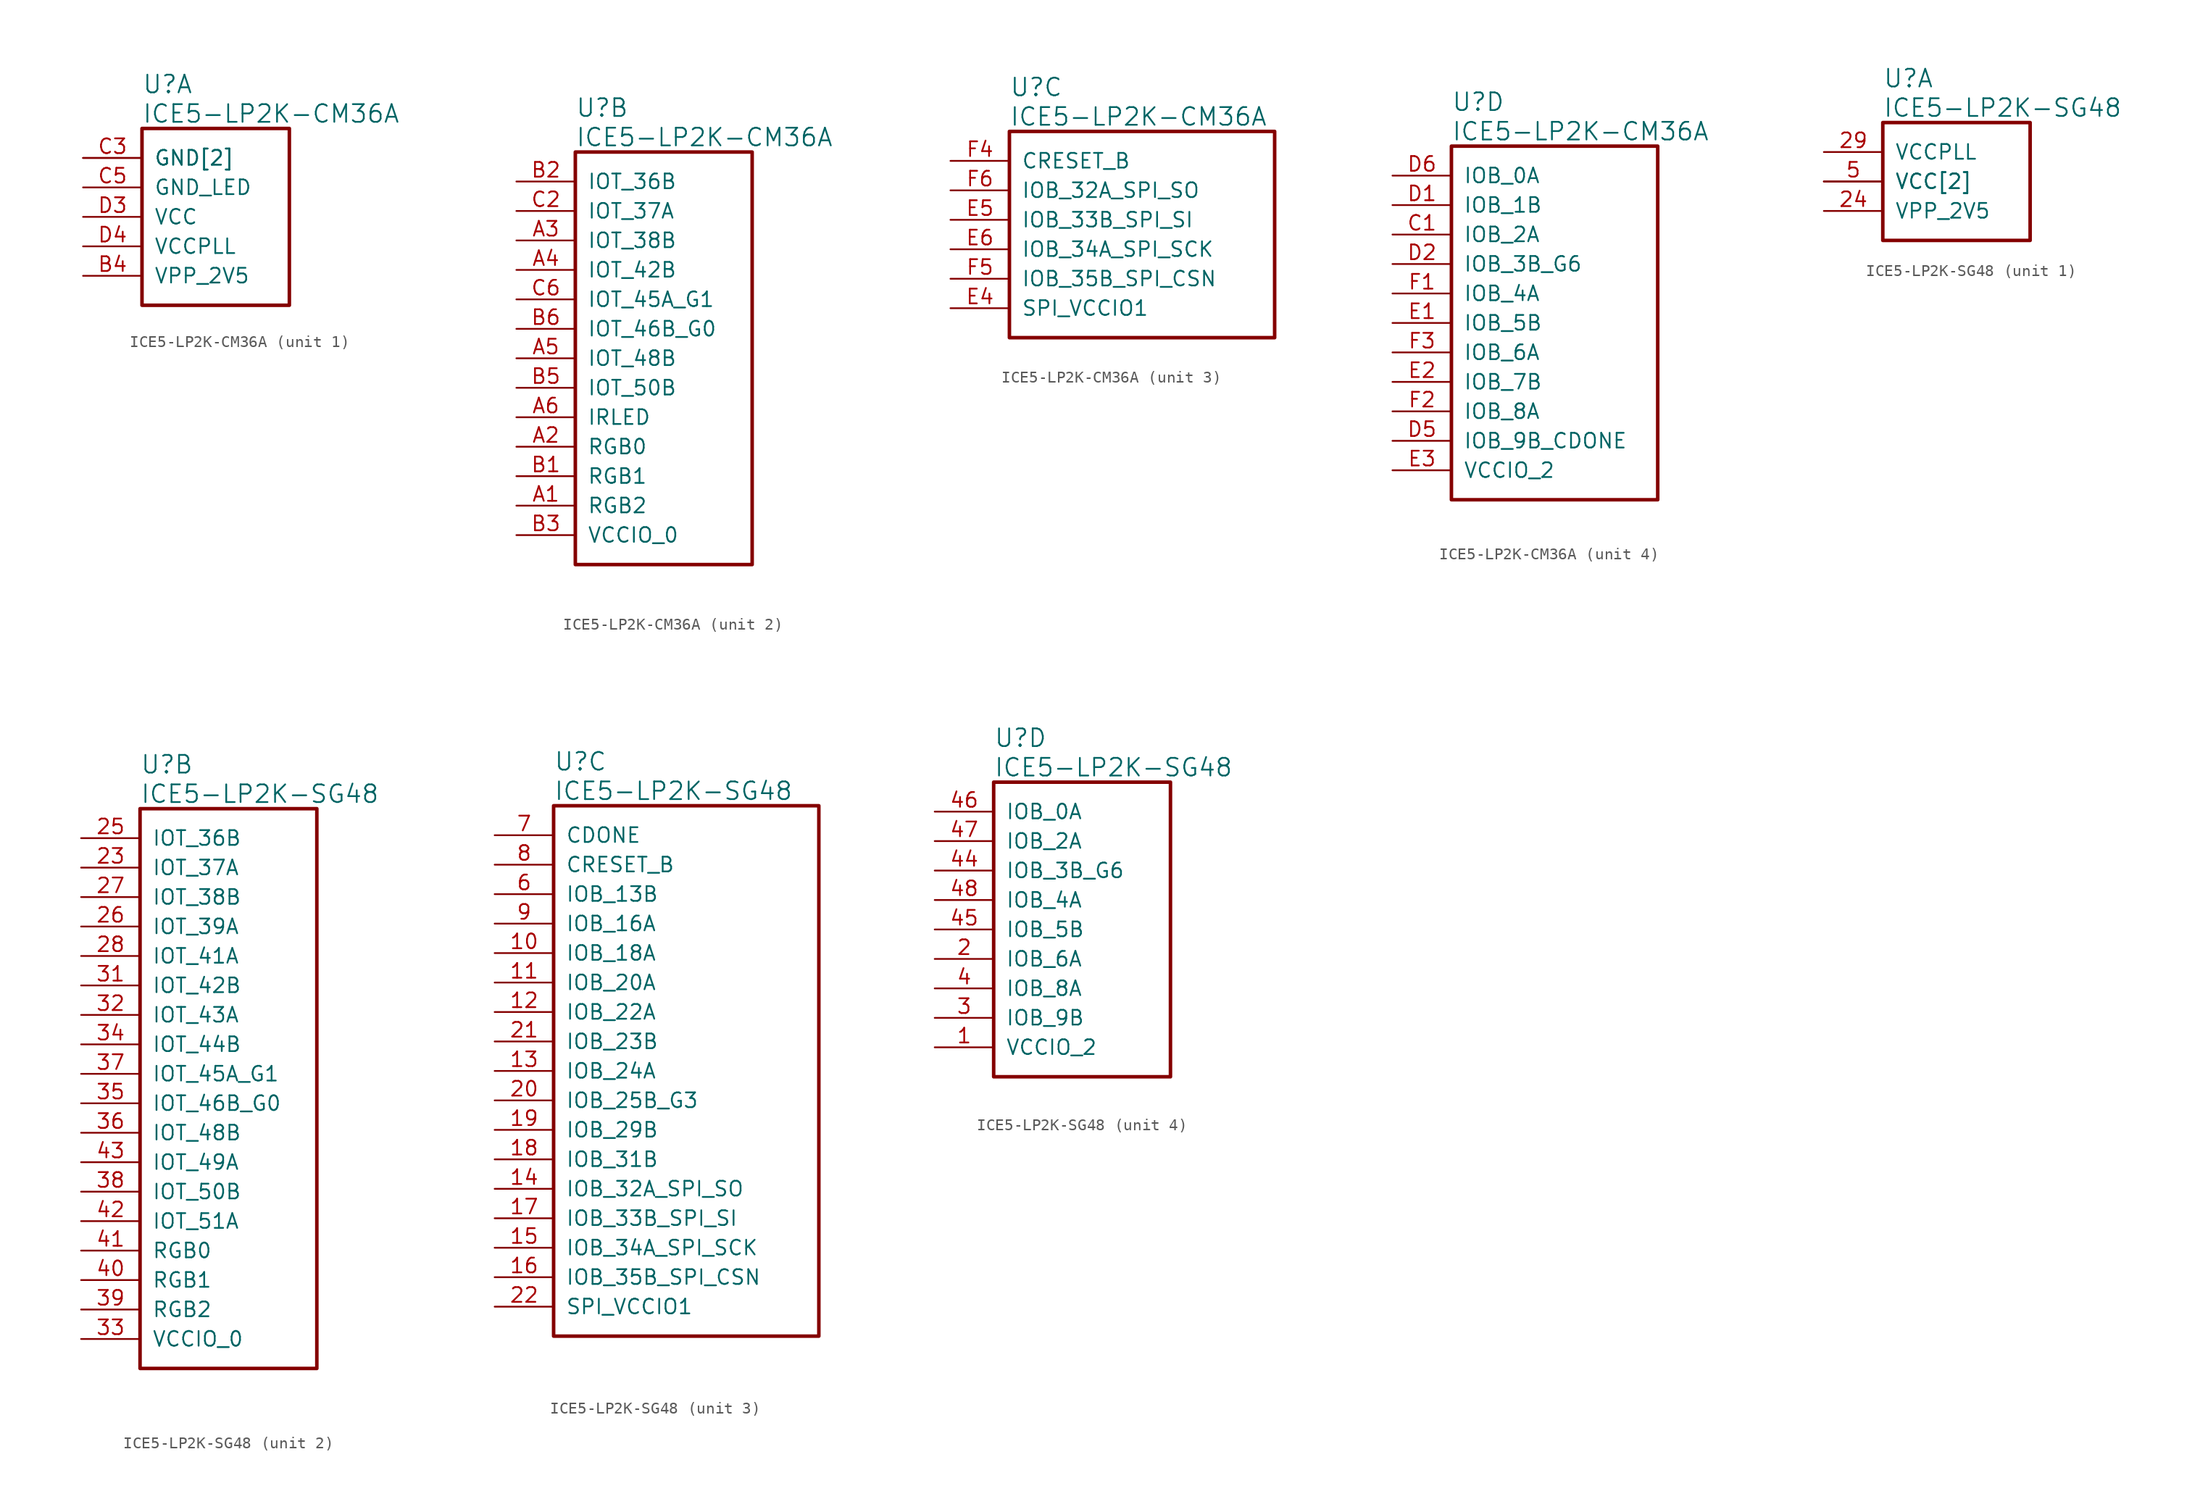
<source format=kicad_sym>
(kicad_symbol_lib
  (version 20241209)
  (generator "kicad_symbol_editor")
  (generator_version "9.0")
  (symbol "ICE5-LP2K-CM36A"
    (pin_names
      (offset 1.016))
    (property "Reference" "U"
      (at 5.08 6.35 0)
      (effects (font (size 1.524 1.524)) (justify left)))
    (property "Value" "ICE5-LP2K-CM36A"
      (at 5.08 3.81 0)
      (effects (font (size 1.524 1.524)) (justify left)))
    (property "ki_locked" ""
      (at 0 0 0)
      (effects (font (size 1.27 1.27))))
    (symbol "ICE5-LP2K-CM36A_1_1"
      (rectangle (start 5.08 2.54) (end 17.78 -12.7) (stroke (width 0.305) (type solid)) (fill (type none)))
      (pin power_in line (at 0 0 0) (length 5.08) (name "GND[2]" (effects (font (size 1.27 1.27)))) (number "C3" (effects (font (size 1.27 1.27)))))
      (pin power_in line (at 0 0 0) (length 5.08) (name "GND[2]" (effects (font (size 1.27 1.27)))) (number "C4" (effects (font (size 0 0)))))
      (pin power_in line (at 0 -2.54 0) (length 5.08) (name "GND_LED" (effects (font (size 1.27 1.27)))) (number "C5" (effects (font (size 1.27 1.27)))))
      (pin power_in line (at 0 -5.08 0) (length 5.08) (name "VCC" (effects (font (size 1.27 1.27)))) (number "D3" (effects (font (size 1.27 1.27)))))
      (pin power_in line (at 0 -7.62 0) (length 5.08) (name "VCCPLL" (effects (font (size 1.27 1.27)))) (number "D4" (effects (font (size 1.27 1.27)))))
      (pin power_in line (at 0 -10.16 0) (length 5.08) (name "VPP_2V5" (effects (font (size 1.27 1.27)))) (number "B4" (effects (font (size 1.27 1.27))))))
    (symbol "ICE5-LP2K-CM36A_2_1"
      (rectangle (start 5.08 2.54) (end 20.32 -33.02) (stroke (width 0.305) (type solid)) (fill (type none)))
      (pin bidirectional line (at 0 0 0) (length 5.08) (name "IOT_36B" (effects (font (size 1.27 1.27)))) (number "B2" (effects (font (size 1.27 1.27)))))
      (pin bidirectional line (at 0 -2.54 0) (length 5.08) (name "IOT_37A" (effects (font (size 1.27 1.27)))) (number "C2" (effects (font (size 1.27 1.27)))))
      (pin bidirectional line (at 0 -5.08 0) (length 5.08) (name "IOT_38B" (effects (font (size 1.27 1.27)))) (number "A3" (effects (font (size 1.27 1.27)))))
      (pin bidirectional line (at 0 -7.62 0) (length 5.08) (name "IOT_42B" (effects (font (size 1.27 1.27)))) (number "A4" (effects (font (size 1.27 1.27)))))
      (pin bidirectional line (at 0 -10.16 0) (length 5.08) (name "IOT_45A_G1" (effects (font (size 1.27 1.27)))) (number "C6" (effects (font (size 1.27 1.27)))))
      (pin bidirectional line (at 0 -12.7 0) (length 5.08) (name "IOT_46B_G0" (effects (font (size 1.27 1.27)))) (number "B6" (effects (font (size 1.27 1.27)))))
      (pin bidirectional line (at 0 -15.24 0) (length 5.08) (name "IOT_48B" (effects (font (size 1.27 1.27)))) (number "A5" (effects (font (size 1.27 1.27)))))
      (pin bidirectional line (at 0 -17.78 0) (length 5.08) (name "IOT_50B" (effects (font (size 1.27 1.27)))) (number "B5" (effects (font (size 1.27 1.27)))))
      (pin bidirectional line (at 0 -20.32 0) (length 5.08) (name "IRLED" (effects (font (size 1.27 1.27)))) (number "A6" (effects (font (size 1.27 1.27)))))
      (pin bidirectional line (at 0 -22.86 0) (length 5.08) (name "RGB0" (effects (font (size 1.27 1.27)))) (number "A2" (effects (font (size 1.27 1.27)))))
      (pin bidirectional line (at 0 -25.4 0) (length 5.08) (name "RGB1" (effects (font (size 1.27 1.27)))) (number "B1" (effects (font (size 1.27 1.27)))))
      (pin bidirectional line (at 0 -27.94 0) (length 5.08) (name "RGB2" (effects (font (size 1.27 1.27)))) (number "A1" (effects (font (size 1.27 1.27)))))
      (pin power_in line (at 0 -30.48 0) (length 5.08) (name "VCCIO_0" (effects (font (size 1.27 1.27)))) (number "B3" (effects (font (size 1.27 1.27))))))
    (symbol "ICE5-LP2K-CM36A_3_1"
      (rectangle (start 5.08 2.54) (end 27.94 -15.24) (stroke (width 0.305) (type solid)) (fill (type none)))
      (pin input line (at 0 0 0) (length 5.08) (name "CRESET_B" (effects (font (size 1.27 1.27)))) (number "F4" (effects (font (size 1.27 1.27)))))
      (pin bidirectional line (at 0 -2.54 0) (length 5.08) (name "IOB_32A_SPI_SO" (effects (font (size 1.27 1.27)))) (number "F6" (effects (font (size 1.27 1.27)))))
      (pin bidirectional line (at 0 -5.08 0) (length 5.08) (name "IOB_33B_SPI_SI" (effects (font (size 1.27 1.27)))) (number "E5" (effects (font (size 1.27 1.27)))))
      (pin bidirectional line (at 0 -7.62 0) (length 5.08) (name "IOB_34A_SPI_SCK" (effects (font (size 1.27 1.27)))) (number "E6" (effects (font (size 1.27 1.27)))))
      (pin bidirectional line (at 0 -10.16 0) (length 5.08) (name "IOB_35B_SPI_CSN" (effects (font (size 1.27 1.27)))) (number "F5" (effects (font (size 1.27 1.27)))))
      (pin power_in line (at 0 -12.7 0) (length 5.08) (name "SPI_VCCIO1" (effects (font (size 1.27 1.27)))) (number "E4" (effects (font (size 1.27 1.27))))))
    (symbol "ICE5-LP2K-CM36A_4_1"
      (rectangle (start 5.08 2.54) (end 22.86 -27.94) (stroke (width 0.305) (type solid)) (fill (type none)))
      (pin bidirectional line (at 0 0 0) (length 5.08) (name "IOB_0A" (effects (font (size 1.27 1.27)))) (number "D6" (effects (font (size 1.27 1.27)))))
      (pin bidirectional line (at 0 -2.54 0) (length 5.08) (name "IOB_1B" (effects (font (size 1.27 1.27)))) (number "D1" (effects (font (size 1.27 1.27)))))
      (pin bidirectional line (at 0 -5.08 0) (length 5.08) (name "IOB_2A" (effects (font (size 1.27 1.27)))) (number "C1" (effects (font (size 1.27 1.27)))))
      (pin bidirectional line (at 0 -7.62 0) (length 5.08) (name "IOB_3B_G6" (effects (font (size 1.27 1.27)))) (number "D2" (effects (font (size 1.27 1.27)))))
      (pin bidirectional line (at 0 -10.16 0) (length 5.08) (name "IOB_4A" (effects (font (size 1.27 1.27)))) (number "F1" (effects (font (size 1.27 1.27)))))
      (pin bidirectional line (at 0 -12.7 0) (length 5.08) (name "IOB_5B" (effects (font (size 1.27 1.27)))) (number "E1" (effects (font (size 1.27 1.27)))))
      (pin bidirectional line (at 0 -15.24 0) (length 5.08) (name "IOB_6A" (effects (font (size 1.27 1.27)))) (number "F3" (effects (font (size 1.27 1.27)))))
      (pin bidirectional line (at 0 -17.78 0) (length 5.08) (name "IOB_7B" (effects (font (size 1.27 1.27)))) (number "E2" (effects (font (size 1.27 1.27)))))
      (pin bidirectional line (at 0 -20.32 0) (length 5.08) (name "IOB_8A" (effects (font (size 1.27 1.27)))) (number "F2" (effects (font (size 1.27 1.27)))))
      (pin bidirectional line (at 0 -22.86 0) (length 5.08) (name "IOB_9B_CDONE" (effects (font (size 1.27 1.27)))) (number "D5" (effects (font (size 1.27 1.27)))))
      (pin power_in line (at 0 -25.4 0) (length 5.08) (name "VCCIO_2" (effects (font (size 1.27 1.27)))) (number "E3" (effects (font (size 1.27 1.27)))))))
  (symbol "ICE5-LP2K-SG48"
    (pin_names
      (offset 1.016))
    (property "Reference" "U"
      (at 5.08 6.35 0)
      (effects (font (size 1.524 1.524)) (justify left)))
    (property "Value" "ICE5-LP2K-SG48"
      (at 5.08 3.81 0)
      (effects (font (size 1.524 1.524)) (justify left)))
    (property "ki_locked" ""
      (at 0 0 0)
      (effects (font (size 1.27 1.27))))
    (symbol "ICE5-LP2K-SG48_1_1"
      (rectangle (start 5.08 2.54) (end 17.78 -7.62) (stroke (width 0.305) (type solid)) (fill (type none)))
      (pin power_in line (at 0 0 0) (length 5.08) (name "VCCPLL" (effects (font (size 1.27 1.27)))) (number "29" (effects (font (size 1.27 1.27)))))
      (pin power_in line (at 0 -2.54 0) (length 5.08) (name "VCC[2]" (effects (font (size 1.27 1.27)))) (number "30" (effects (font (size 0 0)))))
      (pin power_in line (at 0 -2.54 0) (length 5.08) (name "VCC[2]" (effects (font (size 1.27 1.27)))) (number "5" (effects (font (size 1.27 1.27)))))
      (pin power_in line (at 0 -5.08 0) (length 5.08) (name "VPP_2V5" (effects (font (size 1.27 1.27)))) (number "24" (effects (font (size 1.27 1.27))))))
    (symbol "ICE5-LP2K-SG48_2_1"
      (rectangle (start 5.08 2.54) (end 20.32 -45.72) (stroke (width 0.305) (type solid)) (fill (type none)))
      (pin bidirectional line (at 0 0 0) (length 5.08) (name "IOT_36B" (effects (font (size 1.27 1.27)))) (number "25" (effects (font (size 1.27 1.27)))))
      (pin bidirectional line (at 0 -2.54 0) (length 5.08) (name "IOT_37A" (effects (font (size 1.27 1.27)))) (number "23" (effects (font (size 1.27 1.27)))))
      (pin bidirectional line (at 0 -5.08 0) (length 5.08) (name "IOT_38B" (effects (font (size 1.27 1.27)))) (number "27" (effects (font (size 1.27 1.27)))))
      (pin bidirectional line (at 0 -7.62 0) (length 5.08) (name "IOT_39A" (effects (font (size 1.27 1.27)))) (number "26" (effects (font (size 1.27 1.27)))))
      (pin bidirectional line (at 0 -10.16 0) (length 5.08) (name "IOT_41A" (effects (font (size 1.27 1.27)))) (number "28" (effects (font (size 1.27 1.27)))))
      (pin bidirectional line (at 0 -12.7 0) (length 5.08) (name "IOT_42B" (effects (font (size 1.27 1.27)))) (number "31" (effects (font (size 1.27 1.27)))))
      (pin bidirectional line (at 0 -15.24 0) (length 5.08) (name "IOT_43A" (effects (font (size 1.27 1.27)))) (number "32" (effects (font (size 1.27 1.27)))))
      (pin bidirectional line (at 0 -17.78 0) (length 5.08) (name "IOT_44B" (effects (font (size 1.27 1.27)))) (number "34" (effects (font (size 1.27 1.27)))))
      (pin bidirectional line (at 0 -20.32 0) (length 5.08) (name "IOT_45A_G1" (effects (font (size 1.27 1.27)))) (number "37" (effects (font (size 1.27 1.27)))))
      (pin bidirectional line (at 0 -22.86 0) (length 5.08) (name "IOT_46B_G0" (effects (font (size 1.27 1.27)))) (number "35" (effects (font (size 1.27 1.27)))))
      (pin bidirectional line (at 0 -25.4 0) (length 5.08) (name "IOT_48B" (effects (font (size 1.27 1.27)))) (number "36" (effects (font (size 1.27 1.27)))))
      (pin bidirectional line (at 0 -27.94 0) (length 5.08) (name "IOT_49A" (effects (font (size 1.27 1.27)))) (number "43" (effects (font (size 1.27 1.27)))))
      (pin bidirectional line (at 0 -30.48 0) (length 5.08) (name "IOT_50B" (effects (font (size 1.27 1.27)))) (number "38" (effects (font (size 1.27 1.27)))))
      (pin bidirectional line (at 0 -33.02 0) (length 5.08) (name "IOT_51A" (effects (font (size 1.27 1.27)))) (number "42" (effects (font (size 1.27 1.27)))))
      (pin bidirectional line (at 0 -35.56 0) (length 5.08) (name "RGB0" (effects (font (size 1.27 1.27)))) (number "41" (effects (font (size 1.27 1.27)))))
      (pin bidirectional line (at 0 -38.1 0) (length 5.08) (name "RGB1" (effects (font (size 1.27 1.27)))) (number "40" (effects (font (size 1.27 1.27)))))
      (pin bidirectional line (at 0 -40.64 0) (length 5.08) (name "RGB2" (effects (font (size 1.27 1.27)))) (number "39" (effects (font (size 1.27 1.27)))))
      (pin power_in line (at 0 -43.18 0) (length 5.08) (name "VCCIO_0" (effects (font (size 1.27 1.27)))) (number "33" (effects (font (size 1.27 1.27))))))
    (symbol "ICE5-LP2K-SG48_3_1"
      (rectangle (start 5.08 2.54) (end 27.94 -43.18) (stroke (width 0.305) (type solid)) (fill (type none)))
      (pin output line (at 0 0 0) (length 5.08) (name "CDONE" (effects (font (size 1.27 1.27)))) (number "7" (effects (font (size 1.27 1.27)))))
      (pin input line (at 0 -2.54 0) (length 5.08) (name "CRESET_B" (effects (font (size 1.27 1.27)))) (number "8" (effects (font (size 1.27 1.27)))))
      (pin bidirectional line (at 0 -5.08 0) (length 5.08) (name "IOB_13B" (effects (font (size 1.27 1.27)))) (number "6" (effects (font (size 1.27 1.27)))))
      (pin bidirectional line (at 0 -7.62 0) (length 5.08) (name "IOB_16A" (effects (font (size 1.27 1.27)))) (number "9" (effects (font (size 1.27 1.27)))))
      (pin bidirectional line (at 0 -10.16 0) (length 5.08) (name "IOB_18A" (effects (font (size 1.27 1.27)))) (number "10" (effects (font (size 1.27 1.27)))))
      (pin bidirectional line (at 0 -12.7 0) (length 5.08) (name "IOB_20A" (effects (font (size 1.27 1.27)))) (number "11" (effects (font (size 1.27 1.27)))))
      (pin bidirectional line (at 0 -15.24 0) (length 5.08) (name "IOB_22A" (effects (font (size 1.27 1.27)))) (number "12" (effects (font (size 1.27 1.27)))))
      (pin bidirectional line (at 0 -17.78 0) (length 5.08) (name "IOB_23B" (effects (font (size 1.27 1.27)))) (number "21" (effects (font (size 1.27 1.27)))))
      (pin bidirectional line (at 0 -20.32 0) (length 5.08) (name "IOB_24A" (effects (font (size 1.27 1.27)))) (number "13" (effects (font (size 1.27 1.27)))))
      (pin bidirectional line (at 0 -22.86 0) (length 5.08) (name "IOB_25B_G3" (effects (font (size 1.27 1.27)))) (number "20" (effects (font (size 1.27 1.27)))))
      (pin bidirectional line (at 0 -25.4 0) (length 5.08) (name "IOB_29B" (effects (font (size 1.27 1.27)))) (number "19" (effects (font (size 1.27 1.27)))))
      (pin bidirectional line (at 0 -27.94 0) (length 5.08) (name "IOB_31B" (effects (font (size 1.27 1.27)))) (number "18" (effects (font (size 1.27 1.27)))))
      (pin bidirectional line (at 0 -30.48 0) (length 5.08) (name "IOB_32A_SPI_SO" (effects (font (size 1.27 1.27)))) (number "14" (effects (font (size 1.27 1.27)))))
      (pin bidirectional line (at 0 -33.02 0) (length 5.08) (name "IOB_33B_SPI_SI" (effects (font (size 1.27 1.27)))) (number "17" (effects (font (size 1.27 1.27)))))
      (pin bidirectional line (at 0 -35.56 0) (length 5.08) (name "IOB_34A_SPI_SCK" (effects (font (size 1.27 1.27)))) (number "15" (effects (font (size 1.27 1.27)))))
      (pin bidirectional line (at 0 -38.1 0) (length 5.08) (name "IOB_35B_SPI_CSN" (effects (font (size 1.27 1.27)))) (number "16" (effects (font (size 1.27 1.27)))))
      (pin power_in line (at 0 -40.64 0) (length 5.08) (name "SPI_VCCIO1" (effects (font (size 1.27 1.27)))) (number "22" (effects (font (size 1.27 1.27))))))
    (symbol "ICE5-LP2K-SG48_4_1"
      (rectangle (start 5.08 2.54) (end 20.32 -22.86) (stroke (width 0.305) (type solid)) (fill (type none)))
      (pin bidirectional line (at 0 0 0) (length 5.08) (name "IOB_0A" (effects (font (size 1.27 1.27)))) (number "46" (effects (font (size 1.27 1.27)))))
      (pin bidirectional line (at 0 -2.54 0) (length 5.08) (name "IOB_2A" (effects (font (size 1.27 1.27)))) (number "47" (effects (font (size 1.27 1.27)))))
      (pin bidirectional line (at 0 -5.08 0) (length 5.08) (name "IOB_3B_G6" (effects (font (size 1.27 1.27)))) (number "44" (effects (font (size 1.27 1.27)))))
      (pin bidirectional line (at 0 -7.62 0) (length 5.08) (name "IOB_4A" (effects (font (size 1.27 1.27)))) (number "48" (effects (font (size 1.27 1.27)))))
      (pin bidirectional line (at 0 -10.16 0) (length 5.08) (name "IOB_5B" (effects (font (size 1.27 1.27)))) (number "45" (effects (font (size 1.27 1.27)))))
      (pin bidirectional line (at 0 -12.7 0) (length 5.08) (name "IOB_6A" (effects (font (size 1.27 1.27)))) (number "2" (effects (font (size 1.27 1.27)))))
      (pin bidirectional line (at 0 -15.24 0) (length 5.08) (name "IOB_8A" (effects (font (size 1.27 1.27)))) (number "4" (effects (font (size 1.27 1.27)))))
      (pin bidirectional line (at 0 -17.78 0) (length 5.08) (name "IOB_9B" (effects (font (size 1.27 1.27)))) (number "3" (effects (font (size 1.27 1.27)))))
      (pin power_in line (at 0 -20.32 0) (length 5.08) (name "VCCIO_2" (effects (font (size 1.27 1.27)))) (number "1" (effects (font (size 1.27 1.27))))))))
</source>
